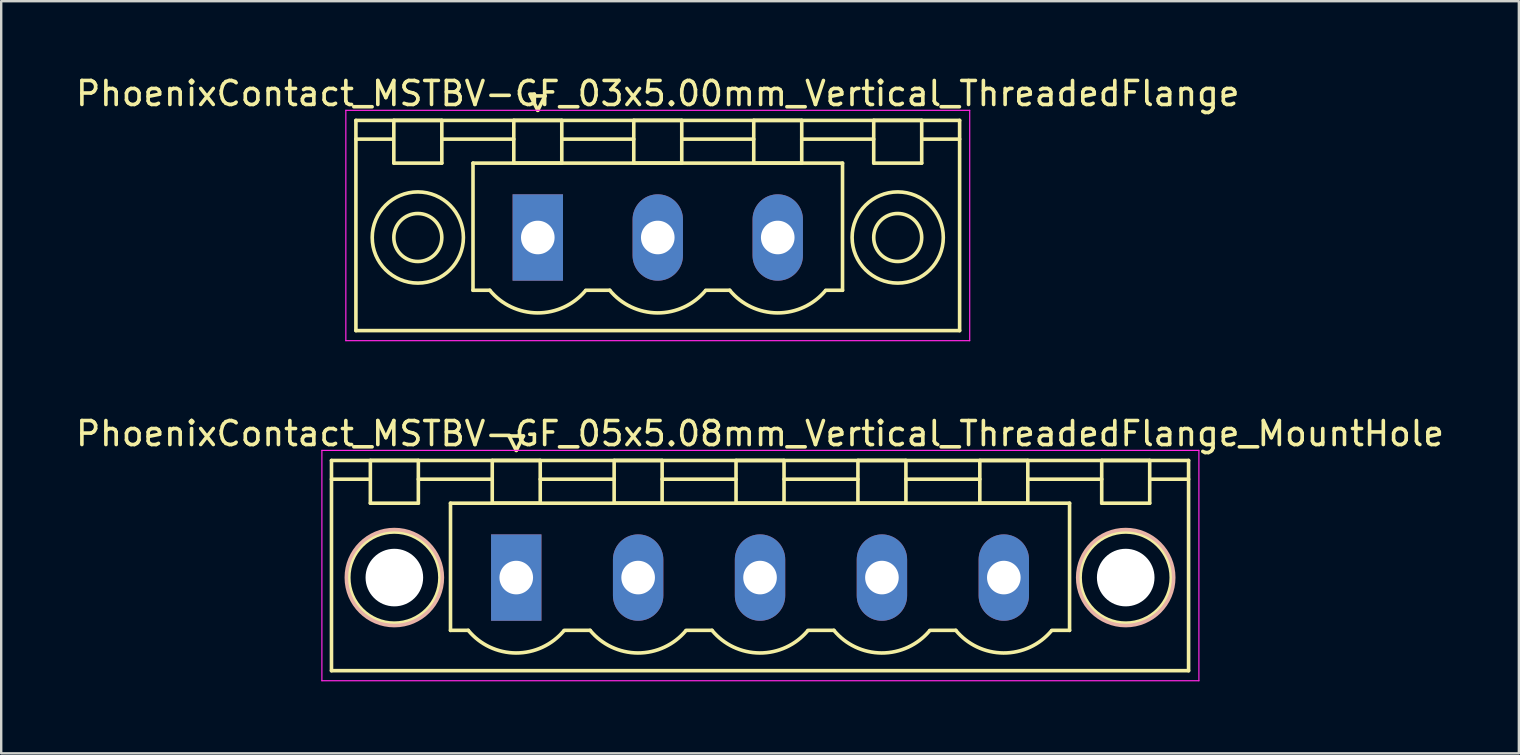
<source format=kicad_pcb>
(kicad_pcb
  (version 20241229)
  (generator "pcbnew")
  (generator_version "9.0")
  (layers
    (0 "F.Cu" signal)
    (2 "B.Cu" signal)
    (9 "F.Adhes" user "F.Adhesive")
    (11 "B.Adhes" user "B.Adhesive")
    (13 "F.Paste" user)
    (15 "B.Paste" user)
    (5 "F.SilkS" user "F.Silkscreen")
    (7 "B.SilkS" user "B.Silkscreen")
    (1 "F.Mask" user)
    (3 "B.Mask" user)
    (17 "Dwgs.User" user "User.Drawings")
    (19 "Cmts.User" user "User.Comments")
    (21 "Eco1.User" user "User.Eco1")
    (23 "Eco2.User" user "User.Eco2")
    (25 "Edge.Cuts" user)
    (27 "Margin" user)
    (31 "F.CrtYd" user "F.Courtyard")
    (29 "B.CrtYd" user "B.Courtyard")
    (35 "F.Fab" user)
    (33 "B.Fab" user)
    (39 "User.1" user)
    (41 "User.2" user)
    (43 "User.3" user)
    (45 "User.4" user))
  (footprint "PhoenixContact_MSTBV-GF_05x5.08mm_Vertical_ThreadedFlange_MountHole"
    (layer "F.Cu")
    (at 18.465 21.021)
    (property "Reference" "PhoenixContact_MSTBV-GF_05x5.08mm_Vertical_ThreadedFlange_MountHole" (at 10.16 -6 0) (layer "F.SilkS") (effects (font (size 1 1) (thickness 0.15))))
    (attr through_hole)
    (fp_line (start -7.7 -4.88) (end -7.7 3.88) (stroke (width 0.15) (type solid)) (layer "F.SilkS"))
    (fp_line (start -7.7 -4.1) (end -6.16 -4.1) (stroke (width 0.15) (type solid)) (layer "F.SilkS"))
    (fp_line (start -7.7 3.88) (end 28.02 3.88) (stroke (width 0.15) (type solid)) (layer "F.SilkS"))
    (fp_line (start -6.08 -4.88) (end -4.08 -4.88) (stroke (width 0.15) (type solid)) (layer "F.SilkS"))
    (fp_line (start -6.08 -3.1) (end -6.08 -4.88) (stroke (width 0.15) (type solid)) (layer "F.SilkS"))
    (fp_line (start -4.08 -4.88) (end -4.08 -3.1) (stroke (width 0.15) (type solid)) (layer "F.SilkS"))
    (fp_line (start -4.08 -4.1) (end -1 -4.1) (stroke (width 0.15) (type solid)) (layer "F.SilkS"))
    (fp_line (start -4.08 -3.1) (end -6.08 -3.1) (stroke (width 0.15) (type solid)) (layer "F.SilkS"))
    (fp_line (start -2.74 -3.1) (end 23.06 -3.1) (stroke (width 0.15) (type solid)) (layer "F.SilkS"))
    (fp_line (start -2.74 2.2) (end -2.74 -3.1) (stroke (width 0.15) (type solid)) (layer "F.SilkS"))
    (fp_line (start -2 2.2) (end -2.74 2.2) (stroke (width 0.15) (type solid)) (layer "F.SilkS"))
    (fp_line (start -1 -4.88) (end 1 -4.88) (stroke (width 0.15) (type solid)) (layer "F.SilkS"))
    (fp_line (start -1 -3.1) (end -1 -4.88) (stroke (width 0.15) (type solid)) (layer "F.SilkS"))
    (fp_line (start -0.3 -5.9) (end 0 -5.3) (stroke (width 0.15) (type solid)) (layer "F.SilkS"))
    (fp_line (start 0 -5.3) (end 0.3 -5.9) (stroke (width 0.15) (type solid)) (layer "F.SilkS"))
    (fp_line (start 0.3 -5.9) (end -0.3 -5.9) (stroke (width 0.15) (type solid)) (layer "F.SilkS"))
    (fp_line (start 1 -4.88) (end 1 -3.1) (stroke (width 0.15) (type solid)) (layer "F.SilkS"))
    (fp_line (start 1 -4.1) (end 4.08 -4.1) (stroke (width 0.15) (type solid)) (layer "F.SilkS"))
    (fp_line (start 1 -3.1) (end -1 -3.1) (stroke (width 0.15) (type solid)) (layer "F.SilkS"))
    (fp_line (start 2 2.2) (end 3.08 2.2) (stroke (width 0.15) (type solid)) (layer "F.SilkS"))
    (fp_line (start 4.08 -4.88) (end 6.08 -4.88) (stroke (width 0.15) (type solid)) (layer "F.SilkS"))
    (fp_line (start 4.08 -3.1) (end 4.08 -4.88) (stroke (width 0.15) (type solid)) (layer "F.SilkS"))
    (fp_line (start 6.08 -4.88) (end 6.08 -3.1) (stroke (width 0.15) (type solid)) (layer "F.SilkS"))
    (fp_line (start 6.08 -4.1) (end 9.16 -4.1) (stroke (width 0.15) (type solid)) (layer "F.SilkS"))
    (fp_line (start 6.08 -3.1) (end 4.08 -3.1) (stroke (width 0.15) (type solid)) (layer "F.SilkS"))
    (fp_line (start 7.08 2.2) (end 8.16 2.2) (stroke (width 0.15) (type solid)) (layer "F.SilkS"))
    (fp_line (start 9.16 -4.88) (end 11.16 -4.88) (stroke (width 0.15) (type solid)) (layer "F.SilkS"))
    (fp_line (start 9.16 -3.1) (end 9.16 -4.88) (stroke (width 0.15) (type solid)) (layer "F.SilkS"))
    (fp_line (start 11.16 -4.88) (end 11.16 -3.1) (stroke (width 0.15) (type solid)) (layer "F.SilkS"))
    (fp_line (start 11.16 -4.1) (end 14.24 -4.1) (stroke (width 0.15) (type solid)) (layer "F.SilkS"))
    (fp_line (start 11.16 -3.1) (end 9.16 -3.1) (stroke (width 0.15) (type solid)) (layer "F.SilkS"))
    (fp_line (start 12.16 2.2) (end 13.24 2.2) (stroke (width 0.15) (type solid)) (layer "F.SilkS"))
    (fp_line (start 14.24 -4.88) (end 16.24 -4.88) (stroke (width 0.15) (type solid)) (layer "F.SilkS"))
    (fp_line (start 14.24 -3.1) (end 14.24 -4.88) (stroke (width 0.15) (type solid)) (layer "F.SilkS"))
    (fp_line (start 16.24 -4.88) (end 16.24 -3.1) (stroke (width 0.15) (type solid)) (layer "F.SilkS"))
    (fp_line (start 16.24 -4.1) (end 19.32 -4.1) (stroke (width 0.15) (type solid)) (layer "F.SilkS"))
    (fp_line (start 16.24 -3.1) (end 14.24 -3.1) (stroke (width 0.15) (type solid)) (layer "F.SilkS"))
    (fp_line (start 17.24 2.2) (end 18.32 2.2) (stroke (width 0.15) (type solid)) (layer "F.SilkS"))
    (fp_line (start 19.32 -4.88) (end 21.32 -4.88) (stroke (width 0.15) (type solid)) (layer "F.SilkS"))
    (fp_line (start 19.32 -3.1) (end 19.32 -4.88) (stroke (width 0.15) (type solid)) (layer "F.SilkS"))
    (fp_line (start 21.32 -4.88) (end 21.32 -3.1) (stroke (width 0.15) (type solid)) (layer "F.SilkS"))
    (fp_line (start 21.32 -4.1) (end 24.4 -4.1) (stroke (width 0.15) (type solid)) (layer "F.SilkS"))
    (fp_line (start 21.32 -3.1) (end 19.32 -3.1) (stroke (width 0.15) (type solid)) (layer "F.SilkS"))
    (fp_line (start 23.06 -3.1) (end 23.06 2.2) (stroke (width 0.15) (type solid)) (layer "F.SilkS"))
    (fp_line (start 23.06 2.2) (end 22.32 2.2) (stroke (width 0.15) (type solid)) (layer "F.SilkS"))
    (fp_line (start 24.4 -4.88) (end 26.4 -4.88) (stroke (width 0.15) (type solid)) (layer "F.SilkS"))
    (fp_line (start 24.4 -3.1) (end 24.4 -4.88) (stroke (width 0.15) (type solid)) (layer "F.SilkS"))
    (fp_line (start 26.4 -4.88) (end 26.4 -3.1) (stroke (width 0.15) (type solid)) (layer "F.SilkS"))
    (fp_line (start 26.4 -3.1) (end 24.4 -3.1) (stroke (width 0.15) (type solid)) (layer "F.SilkS"))
    (fp_line (start 28.02 -4.88) (end -7.7 -4.88) (stroke (width 0.15) (type solid)) (layer "F.SilkS"))
    (fp_line (start 28.02 -4.1) (end 26.48 -4.1) (stroke (width 0.15) (type solid)) (layer "F.SilkS"))
    (fp_line (start 28.02 3.88) (end 28.02 -4.88) (stroke (width 0.15) (type solid)) (layer "F.SilkS"))
    (fp_arc (start 1.986842 2.215821) (mid -0.010289 3.142758) (end -2 2.2) (stroke (width 0.15) (type solid)) (layer "F.SilkS"))
    (fp_arc (start 7.066842 2.215821) (mid 5.069711 3.142758) (end 3.08 2.2) (stroke (width 0.15) (type solid)) (layer "F.SilkS"))
    (fp_arc (start 12.146842 2.215821) (mid 10.149711 3.142758) (end 8.16 2.2) (stroke (width 0.15) (type solid)) (layer "F.SilkS"))
    (fp_arc (start 17.226842 2.215821) (mid 15.229711 3.142758) (end 13.24 2.2) (stroke (width 0.15) (type solid)) (layer "F.SilkS"))
    (fp_arc (start 22.306842 2.215821) (mid 20.309711 3.142758) (end 18.32 2.2) (stroke (width 0.15) (type solid)) (layer "F.SilkS"))
    (fp_circle (center -5.08 0) (end -3.18 0) (stroke (width 0.15) (type solid)) (fill no) (layer "F.SilkS"))
    (fp_circle (center 25.4 0) (end 27.3 0) (stroke (width 0.15) (type solid)) (fill no) (layer "F.SilkS"))
    (fp_circle (center -5.08 0) (end -3.08 0) (stroke (width 0.15) (type solid)) (fill no) (layer "B.SilkS"))
    (fp_circle (center 25.4 0) (end 27.4 0) (stroke (width 0.15) (type solid)) (fill no) (layer "B.SilkS"))
    (fp_line (start -8.1 -5.3) (end -8.1 4.3) (stroke (width 0.05) (type solid)) (layer "F.CrtYd"))
    (fp_line (start -8.1 4.3) (end 28.45 4.3) (stroke (width 0.05) (type solid)) (layer "F.CrtYd"))
    (fp_line (start 28.45 -5.3) (end -8.1 -5.3) (stroke (width 0.05) (type solid)) (layer "F.CrtYd"))
    (fp_line (start 28.45 4.3) (end 28.45 -5.3) (stroke (width 0.05) (type solid)) (layer "F.CrtYd"))
    (pad "" np_thru_hole circle (at -5.08 0) (size 2.4 2.4) (drill 2.4) (layers "*.Cu" "*.Mask"))
    (pad "" np_thru_hole circle (at 25.4 0) (size 2.4 2.4) (drill 2.4) (layers "*.Cu" "*.Mask"))
    (pad "1" thru_hole rect (at 0 0) (size 2.1 3.6) (drill 1.4) (layers "*.Cu" "*.Mask"))
    (pad "2" thru_hole oval (at 5.08 0) (size 2.1 3.6) (drill 1.4) (layers "*.Cu" "*.Mask"))
    (pad "3" thru_hole oval (at 10.16 0) (size 2.1 3.6) (drill 1.4) (layers "*.Cu" "*.Mask"))
    (pad "4" thru_hole oval (at 15.24 0) (size 2.1 3.6) (drill 1.4) (layers "*.Cu" "*.Mask"))
    (pad "5" thru_hole oval (at 20.32 0) (size 2.1 3.6) (drill 1.4) (layers "*.Cu" "*.Mask")))
  (footprint "PhoenixContact_MSTBV-GF_03x5.00mm_Vertical_ThreadedFlange"
    (layer "F.Cu")
    (at 19.363 6.848)
    (property "Reference" "PhoenixContact_MSTBV-GF_03x5.00mm_Vertical_ThreadedFlange" (at 5 -6 0) (layer "F.SilkS") (effects (font (size 1 1) (thickness 0.15))))
    (attr through_hole)
    (fp_line (start -7.58 -4.88) (end -7.58 3.88) (stroke (width 0.15) (type solid)) (layer "F.SilkS"))
    (fp_line (start -7.58 -4.1) (end -6.08 -4.1) (stroke (width 0.15) (type solid)) (layer "F.SilkS"))
    (fp_line (start -7.58 3.88) (end 17.58 3.88) (stroke (width 0.15) (type solid)) (layer "F.SilkS"))
    (fp_line (start -6 -4.88) (end -4 -4.88) (stroke (width 0.15) (type solid)) (layer "F.SilkS"))
    (fp_line (start -6 -3.1) (end -6 -4.88) (stroke (width 0.15) (type solid)) (layer "F.SilkS"))
    (fp_line (start -4 -4.88) (end -4 -3.1) (stroke (width 0.15) (type solid)) (layer "F.SilkS"))
    (fp_line (start -4 -4.1) (end -1 -4.1) (stroke (width 0.15) (type solid)) (layer "F.SilkS"))
    (fp_line (start -4 -3.1) (end -6 -3.1) (stroke (width 0.15) (type solid)) (layer "F.SilkS"))
    (fp_line (start -2.7 -3.1) (end 12.7 -3.1) (stroke (width 0.15) (type solid)) (layer "F.SilkS"))
    (fp_line (start -2.7 2.2) (end -2.7 -3.1) (stroke (width 0.15) (type solid)) (layer "F.SilkS"))
    (fp_line (start -2 2.2) (end -2.7 2.2) (stroke (width 0.15) (type solid)) (layer "F.SilkS"))
    (fp_line (start -1 -4.88) (end 1 -4.88) (stroke (width 0.15) (type solid)) (layer "F.SilkS"))
    (fp_line (start -1 -3.1) (end -1 -4.88) (stroke (width 0.15) (type solid)) (layer "F.SilkS"))
    (fp_line (start -0.3 -5.9) (end 0 -5.3) (stroke (width 0.15) (type solid)) (layer "F.SilkS"))
    (fp_line (start 0 -5.3) (end 0.3 -5.9) (stroke (width 0.15) (type solid)) (layer "F.SilkS"))
    (fp_line (start 0.3 -5.9) (end -0.3 -5.9) (stroke (width 0.15) (type solid)) (layer "F.SilkS"))
    (fp_line (start 1 -4.88) (end 1 -3.1) (stroke (width 0.15) (type solid)) (layer "F.SilkS"))
    (fp_line (start 1 -4.1) (end 4 -4.1) (stroke (width 0.15) (type solid)) (layer "F.SilkS"))
    (fp_line (start 1 -3.1) (end -1 -3.1) (stroke (width 0.15) (type solid)) (layer "F.SilkS"))
    (fp_line (start 2 2.2) (end 3 2.2) (stroke (width 0.15) (type solid)) (layer "F.SilkS"))
    (fp_line (start 4 -4.88) (end 6 -4.88) (stroke (width 0.15) (type solid)) (layer "F.SilkS"))
    (fp_line (start 4 -3.1) (end 4 -4.88) (stroke (width 0.15) (type solid)) (layer "F.SilkS"))
    (fp_line (start 6 -4.88) (end 6 -3.1) (stroke (width 0.15) (type solid)) (layer "F.SilkS"))
    (fp_line (start 6 -4.1) (end 9 -4.1) (stroke (width 0.15) (type solid)) (layer "F.SilkS"))
    (fp_line (start 6 -3.1) (end 4 -3.1) (stroke (width 0.15) (type solid)) (layer "F.SilkS"))
    (fp_line (start 7 2.2) (end 8 2.2) (stroke (width 0.15) (type solid)) (layer "F.SilkS"))
    (fp_line (start 9 -4.88) (end 11 -4.88) (stroke (width 0.15) (type solid)) (layer "F.SilkS"))
    (fp_line (start 9 -3.1) (end 9 -4.88) (stroke (width 0.15) (type solid)) (layer "F.SilkS"))
    (fp_line (start 11 -4.88) (end 11 -3.1) (stroke (width 0.15) (type solid)) (layer "F.SilkS"))
    (fp_line (start 11 -4.1) (end 14 -4.1) (stroke (width 0.15) (type solid)) (layer "F.SilkS"))
    (fp_line (start 11 -3.1) (end 9 -3.1) (stroke (width 0.15) (type solid)) (layer "F.SilkS"))
    (fp_line (start 12.7 -3.1) (end 12.7 2.2) (stroke (width 0.15) (type solid)) (layer "F.SilkS"))
    (fp_line (start 12.7 2.2) (end 12 2.2) (stroke (width 0.15) (type solid)) (layer "F.SilkS"))
    (fp_line (start 14 -4.88) (end 16 -4.88) (stroke (width 0.15) (type solid)) (layer "F.SilkS"))
    (fp_line (start 14 -3.1) (end 14 -4.88) (stroke (width 0.15) (type solid)) (layer "F.SilkS"))
    (fp_line (start 16 -4.88) (end 16 -3.1) (stroke (width 0.15) (type solid)) (layer "F.SilkS"))
    (fp_line (start 16 -3.1) (end 14 -3.1) (stroke (width 0.15) (type solid)) (layer "F.SilkS"))
    (fp_line (start 17.58 -4.88) (end -7.58 -4.88) (stroke (width 0.15) (type solid)) (layer "F.SilkS"))
    (fp_line (start 17.58 -4.1) (end 16.08 -4.1) (stroke (width 0.15) (type solid)) (layer "F.SilkS"))
    (fp_line (start 17.58 3.88) (end 17.58 -4.88) (stroke (width 0.15) (type solid)) (layer "F.SilkS"))
    (fp_arc (start 1.986842 2.215821) (mid -0.010289 3.142758) (end -2 2.2) (stroke (width 0.15) (type solid)) (layer "F.SilkS"))
    (fp_arc (start 6.986842 2.215821) (mid 4.989711 3.142758) (end 3 2.2) (stroke (width 0.15) (type solid)) (layer "F.SilkS"))
    (fp_arc (start 11.986842 2.215821) (mid 9.989711 3.142758) (end 8 2.2) (stroke (width 0.15) (type solid)) (layer "F.SilkS"))
    (fp_circle (center -5 0) (end -4 0) (stroke (width 0.15) (type solid)) (fill no) (layer "F.SilkS"))
    (fp_circle (center -5 0) (end -3.1 0) (stroke (width 0.15) (type solid)) (fill no) (layer "F.SilkS"))
    (fp_circle (center 15 0) (end 16 0) (stroke (width 0.15) (type solid)) (fill no) (layer "F.SilkS"))
    (fp_circle (center 15 0) (end 16.9 0) (stroke (width 0.15) (type solid)) (fill no) (layer "F.SilkS"))
    (fp_line (start -8 -5.3) (end -8 4.3) (stroke (width 0.05) (type solid)) (layer "F.CrtYd"))
    (fp_line (start -8 4.3) (end 18 4.3) (stroke (width 0.05) (type solid)) (layer "F.CrtYd"))
    (fp_line (start 18 -5.3) (end -8 -5.3) (stroke (width 0.05) (type solid)) (layer "F.CrtYd"))
    (fp_line (start 18 4.3) (end 18 -5.3) (stroke (width 0.05) (type solid)) (layer "F.CrtYd"))
    (pad "1" thru_hole rect (at 0 0) (size 2.1 3.6) (drill 1.4) (layers "*.Cu" "*.Mask"))
    (pad "2" thru_hole oval (at 5 0) (size 2.1 3.6) (drill 1.4) (layers "*.Cu" "*.Mask"))
    (pad "3" thru_hole oval (at 10 0) (size 2.1 3.6) (drill 1.4) (layers "*.Cu" "*.Mask")))
  (gr_rect
    (start -3 -3)
    (end 60.25 28.346)
    (stroke (width 0.1) (type default))
    (fill no)
    (layer "Edge.Cuts")))
</source>
